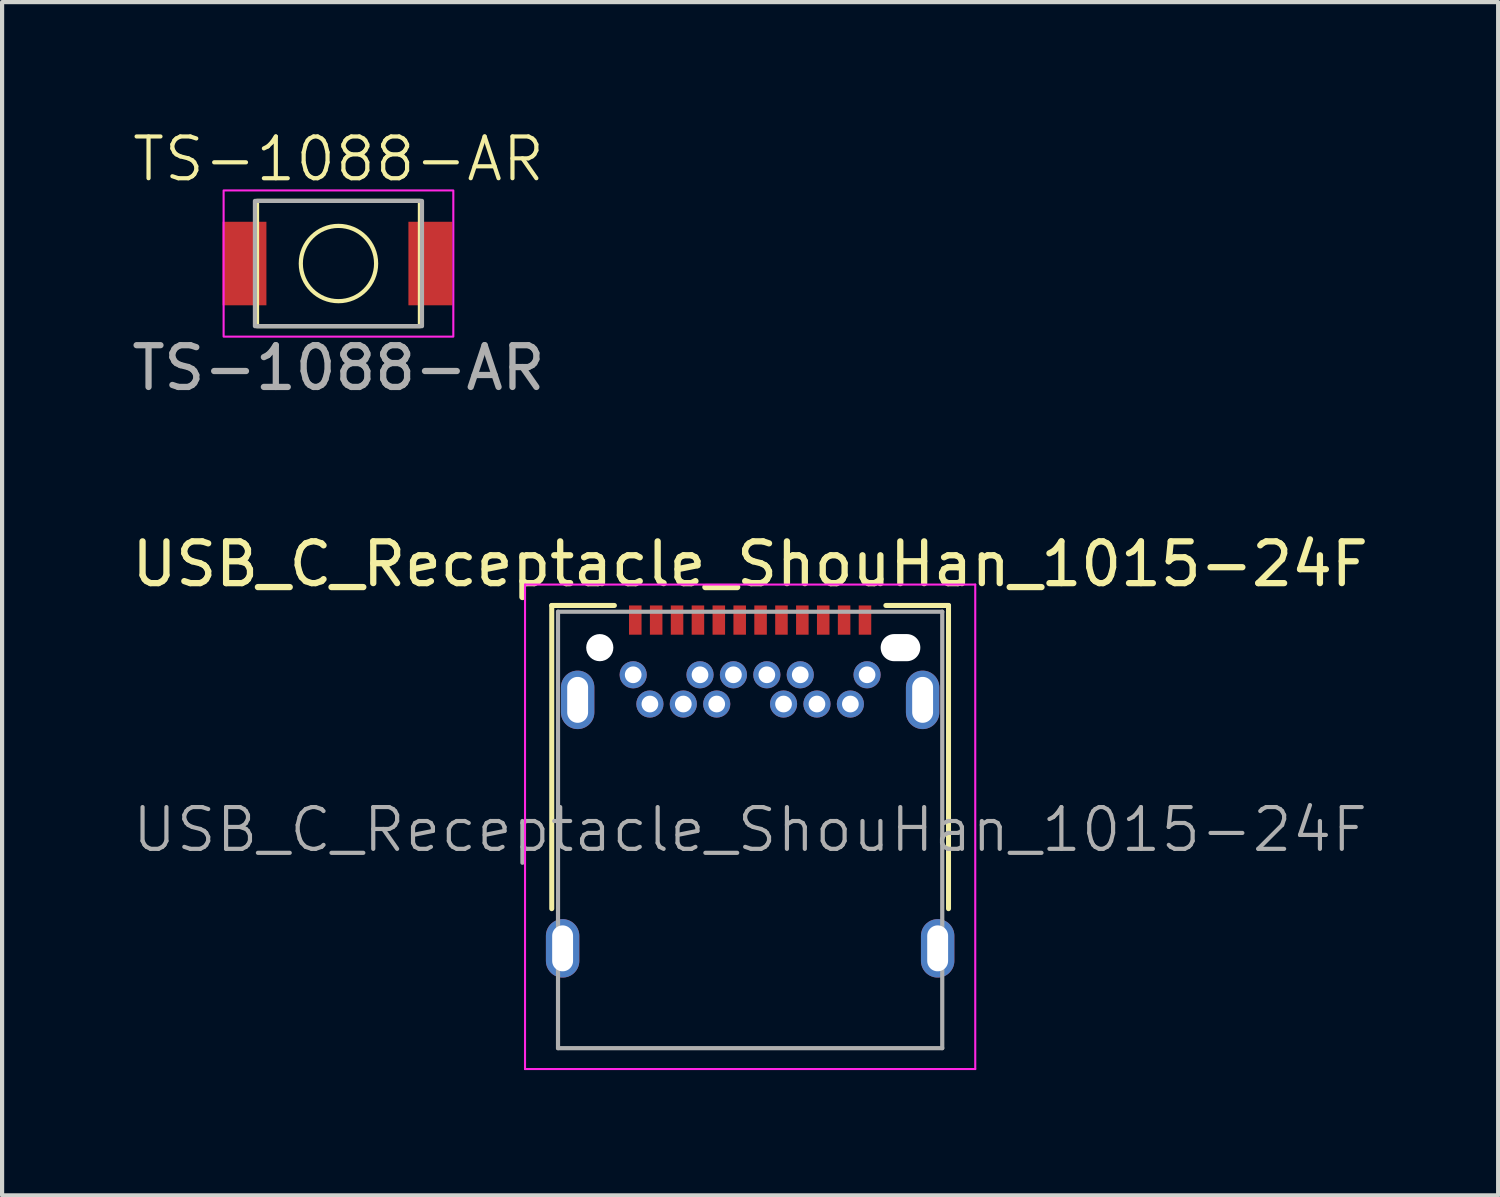
<source format=kicad_pcb>
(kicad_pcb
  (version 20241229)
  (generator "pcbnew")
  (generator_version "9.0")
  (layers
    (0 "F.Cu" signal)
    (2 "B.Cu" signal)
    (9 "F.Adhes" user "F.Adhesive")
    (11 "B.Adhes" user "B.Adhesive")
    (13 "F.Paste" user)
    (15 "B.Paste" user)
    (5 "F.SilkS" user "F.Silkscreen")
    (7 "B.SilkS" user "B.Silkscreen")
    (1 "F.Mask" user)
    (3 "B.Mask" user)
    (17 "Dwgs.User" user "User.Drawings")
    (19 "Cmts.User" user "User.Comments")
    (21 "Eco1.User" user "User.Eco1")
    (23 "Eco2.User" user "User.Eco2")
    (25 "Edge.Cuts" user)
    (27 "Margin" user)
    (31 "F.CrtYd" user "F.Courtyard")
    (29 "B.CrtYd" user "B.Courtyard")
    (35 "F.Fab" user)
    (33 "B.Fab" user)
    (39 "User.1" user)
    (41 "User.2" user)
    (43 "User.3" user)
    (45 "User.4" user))
  (footprint "TS-1088-AR"
    (layer "F.Cu")
    (at 5.054 3.26)
    (property "Reference" "TS-1088-AR" (at 0 -2.5 0) (unlocked yes) (layer "F.SilkS") (effects (font (size 1 1) (thickness 0.1))))
    (attr smd)
    (fp_rect (start -1.95 -1.5) (end 1.95 1.5) (stroke (width 0.1) (type solid)) (fill no) (layer "F.SilkS"))
    (fp_circle (center 0 0) (end 0.75 0.5) (stroke (width 0.1) (type default)) (fill no) (layer "F.SilkS"))
    (fp_rect (start -2.75 -1.75) (end 2.75 1.75) (stroke (width 0.05) (type default)) (fill no) (layer "F.CrtYd"))
    (fp_rect (start -2 -1.5) (end 2 1.5) (stroke (width 0.1) (type default)) (fill no) (layer "F.Fab"))
    (fp_text user "${REFERENCE}" (at 0 2.5 0) (unlocked yes) (layer "F.Fab") (effects (font (size 1 1) (thickness 0.15))))
    (pad "1" smd rect (at -2.25 0) (size 1.05 2) (layers "F.Cu" "F.Mask" "F.Paste"))
    (pad "2" smd rect (at 2.2 0) (size 1.05 2) (layers "F.Cu" "F.Mask" "F.Paste")))
  (footprint "USB_C_Receptacle_ShouHan_1015-24F"
    (layer "F.Cu")
    (at 14.911 16.817)
    (property "Reference" "USB_C_Receptacle_ShouHan_1015-24F" (at 0 -6.36 0) (layer "F.SilkS") (effects (font (size 1 1) (thickness 0.15))))
    (attr smd)
    (fp_line (start -4.75 -5.37) (end -4.75 1.89) (stroke (width 0.12) (type solid)) (layer "F.SilkS"))
    (fp_line (start -4.75 -5.37) (end -3.25 -5.37) (stroke (width 0.12) (type solid)) (layer "F.SilkS"))
    (fp_line (start 3.25 -5.37) (end 4.75 -5.37) (stroke (width 0.12) (type solid)) (layer "F.SilkS"))
    (fp_line (start 4.75 -5.37) (end 4.75 1.89) (stroke (width 0.12) (type solid)) (layer "F.SilkS"))
    (fp_line (start -5.39 -5.87) (end 5.39 -5.87) (stroke (width 0.05) (type solid)) (layer "F.CrtYd"))
    (fp_line (start -5.39 5.73) (end -5.39 -5.87) (stroke (width 0.05) (type solid)) (layer "F.CrtYd"))
    (fp_line (start 5.39 -5.87) (end 5.39 5.73) (stroke (width 0.05) (type solid)) (layer "F.CrtYd"))
    (fp_line (start 5.39 5.73) (end -5.39 5.73) (stroke (width 0.05) (type solid)) (layer "F.CrtYd"))
    (fp_line (start -4.6 -5.22) (end 4.6 -5.22) (stroke (width 0.1) (type solid)) (layer "F.Fab"))
    (fp_line (start -4.6 5.23) (end -4.6 -5.22) (stroke (width 0.1) (type solid)) (layer "F.Fab"))
    (fp_line (start -4.6 5.23) (end 4.6 5.23) (stroke (width 0.1) (type solid)) (layer "F.Fab"))
    (fp_line (start 4.6 5.23) (end 4.6 -5.22) (stroke (width 0.1) (type solid)) (layer "F.Fab"))
    (fp_text user "${REFERENCE}" (at 0 0 0) (layer "F.Fab") (effects (font (size 1 1) (thickness 0.1))))
    (pad "" np_thru_hole circle (at -3.6 -4.36) (size 0.65 0.65) (drill 0.65) (layers "*.Cu" "*.Mask"))
    (pad "" np_thru_hole oval (at 3.6 -4.36) (size 0.95 0.65) (drill oval 0.95 0.65) (layers "*.Cu" "*.Mask"))
    (pad "A1" smd rect (at -2.75 -5.02) (size 0.3 0.7) (layers "F.Cu" "F.Mask" "F.Paste"))
    (pad "A2" smd rect (at -2.25 -5.02) (size 0.3 0.7) (layers "F.Cu" "F.Mask" "F.Paste"))
    (pad "A3" smd rect (at -1.75 -5.02) (size 0.3 0.7) (layers "F.Cu" "F.Mask" "F.Paste"))
    (pad "A4" smd rect (at -1.25 -5.02) (size 0.3 0.7) (layers "F.Cu" "F.Mask" "F.Paste"))
    (pad "A5" smd rect (at -0.75 -5.02) (size 0.3 0.7) (layers "F.Cu" "F.Mask" "F.Paste"))
    (pad "A6" smd rect (at -0.25 -5.02) (size 0.3 0.7) (layers "F.Cu" "F.Mask" "F.Paste"))
    (pad "A7" smd rect (at 0.25 -5.02) (size 0.3 0.7) (layers "F.Cu" "F.Mask" "F.Paste"))
    (pad "A8" smd rect (at 0.75 -5.02) (size 0.3 0.7) (layers "F.Cu" "F.Mask" "F.Paste"))
    (pad "A9" smd rect (at 1.25 -5.02) (size 0.3 0.7) (layers "F.Cu" "F.Mask" "F.Paste"))
    (pad "A10" smd rect (at 1.75 -5.02) (size 0.3 0.7) (layers "F.Cu" "F.Mask" "F.Paste"))
    (pad "A11" smd rect (at 2.25 -5.02) (size 0.3 0.7) (layers "F.Cu" "F.Mask" "F.Paste"))
    (pad "A12" smd rect (at 2.75 -5.02) (size 0.3 0.7) (layers "F.Cu" "F.Mask" "F.Paste"))
    (pad "B1" thru_hole circle (at 2.8 -3.71) (size 0.65 0.65) (drill 0.4) (property pad_prop_heatsink) (layers "*.Cu" "*.Mask"))
    (pad "B2" thru_hole circle (at 2.4 -3.01) (size 0.65 0.65) (drill 0.4) (property pad_prop_heatsink) (layers "*.Cu" "*.Mask"))
    (pad "B3" thru_hole circle (at 1.6 -3.01) (size 0.65 0.65) (drill 0.4) (property pad_prop_heatsink) (layers "*.Cu" "*.Mask"))
    (pad "B4" thru_hole circle (at 1.2 -3.71) (size 0.65 0.65) (drill 0.4) (property pad_prop_heatsink) (layers "*.Cu" "*.Mask"))
    (pad "B5" thru_hole circle (at 0.8 -3.01) (size 0.65 0.65) (drill 0.4) (property pad_prop_heatsink) (layers "*.Cu" "*.Mask"))
    (pad "B6" thru_hole circle (at 0.4 -3.71) (size 0.65 0.65) (drill 0.4) (property pad_prop_heatsink) (layers "*.Cu" "*.Mask"))
    (pad "B7" thru_hole circle (at -0.4 -3.71) (size 0.65 0.65) (drill 0.4) (property pad_prop_heatsink) (layers "*.Cu" "*.Mask"))
    (pad "B8" thru_hole circle (at -0.8 -3.01) (size 0.65 0.65) (drill 0.4) (property pad_prop_heatsink) (layers "*.Cu" "*.Mask"))
    (pad "B9" thru_hole circle (at -1.2 -3.71) (size 0.65 0.65) (drill 0.4) (property pad_prop_heatsink) (layers "*.Cu" "*.Mask"))
    (pad "B10" thru_hole circle (at -1.6 -3.01) (size 0.65 0.65) (drill 0.4) (property pad_prop_heatsink) (layers "*.Cu" "*.Mask"))
    (pad "B11" thru_hole circle (at -2.4 -3.01) (size 0.65 0.65) (drill 0.4) (property pad_prop_heatsink) (layers "*.Cu" "*.Mask"))
    (pad "B12" thru_hole circle (at -2.8 -3.71) (size 0.65 0.65) (drill 0.4) (property pad_prop_heatsink) (layers "*.Cu" "*.Mask"))
    (pad "S1" thru_hole oval (at -4.49 2.84) (size 0.8 1.4) (drill oval 0.5 1.1) (property pad_prop_heatsink) (layers "*.Cu" "*.Mask"))
    (pad "S1" thru_hole oval (at -4.13 -3.11) (size 0.8 1.4) (drill oval 0.5 1.1) (property pad_prop_heatsink) (layers "*.Cu" "*.Mask"))
    (pad "S1" thru_hole oval (at 4.13 -3.11) (size 0.8 1.4) (drill oval 0.5 1.1) (property pad_prop_heatsink) (layers "*.Cu" "*.Mask"))
    (pad "S1" thru_hole oval (at 4.49 2.84) (size 0.8 1.4) (drill oval 0.5 1.1) (property pad_prop_heatsink) (layers "*.Cu" "*.Mask")))
  (gr_rect
    (start -3 -3)
    (end 32.821 25.572)
    (stroke (width 0.1) (type default))
    (fill no)
    (layer "Edge.Cuts")))
</source>
